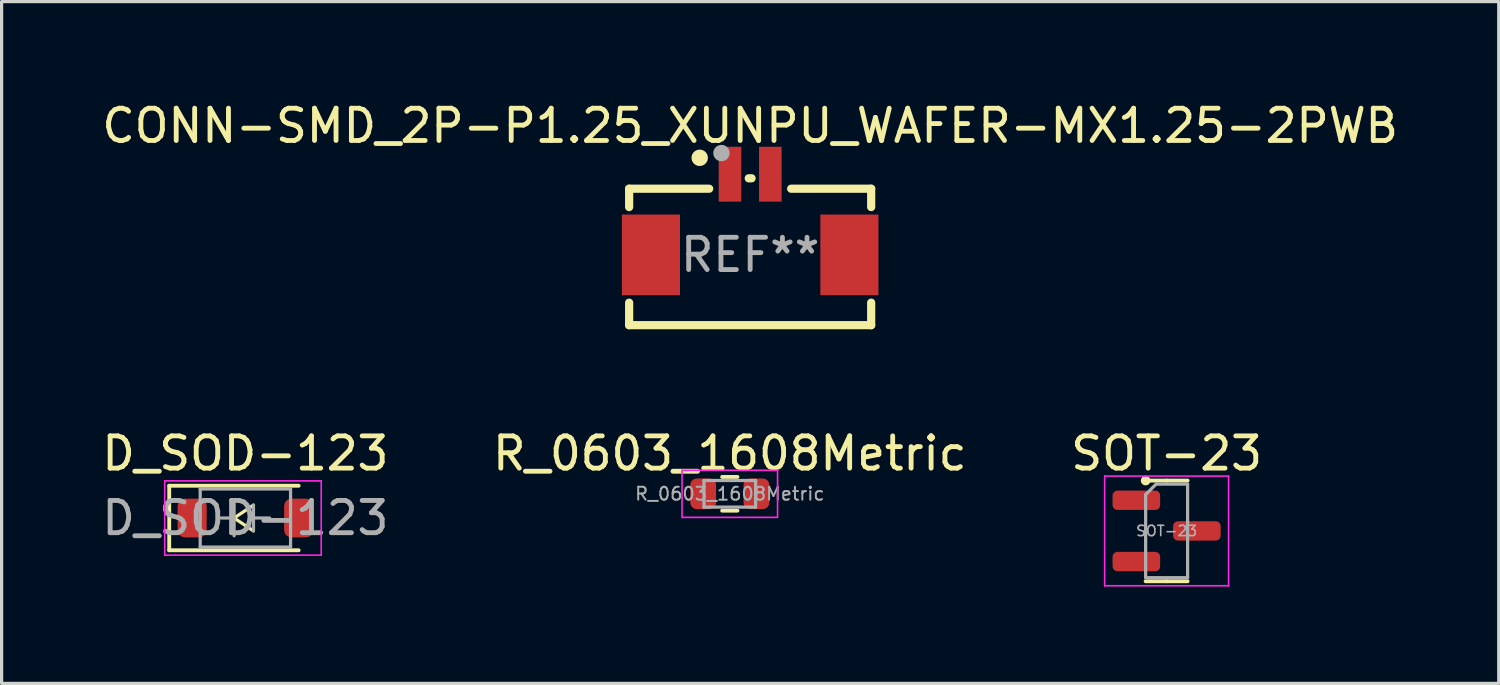
<source format=kicad_pcb>
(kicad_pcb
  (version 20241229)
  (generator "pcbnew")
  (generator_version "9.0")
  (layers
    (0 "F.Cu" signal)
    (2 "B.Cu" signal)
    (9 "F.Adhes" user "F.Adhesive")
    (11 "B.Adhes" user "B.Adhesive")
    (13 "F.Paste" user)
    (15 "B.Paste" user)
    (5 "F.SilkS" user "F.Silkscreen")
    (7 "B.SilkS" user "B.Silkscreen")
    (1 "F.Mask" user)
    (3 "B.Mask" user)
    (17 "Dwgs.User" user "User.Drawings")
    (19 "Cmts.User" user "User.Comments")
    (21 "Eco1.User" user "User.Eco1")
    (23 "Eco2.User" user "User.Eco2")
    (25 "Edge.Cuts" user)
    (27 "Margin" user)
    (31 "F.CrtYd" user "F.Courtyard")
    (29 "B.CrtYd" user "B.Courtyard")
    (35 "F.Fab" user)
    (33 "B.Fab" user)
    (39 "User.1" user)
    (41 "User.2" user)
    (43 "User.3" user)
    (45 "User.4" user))
  (footprint "SOT-23"
    (layer "F.Cu")
    (at 33.101 13.402)
    (property "Reference" "SOT-23" (at 0 -2.4 0) (layer "F.SilkS") (effects (font (size 1 1) (thickness 0.15))))
    (attr smd)
    (fp_line (start 0 -1.56) (end -0.65 -1.56) (stroke (width 0.12) (type solid)) (layer "F.SilkS"))
    (fp_line (start 0 -1.56) (end 0.65 -1.56) (stroke (width 0.12) (type solid)) (layer "F.SilkS"))
    (fp_line (start 0 1.56) (end -0.65 1.56) (stroke (width 0.12) (type solid)) (layer "F.SilkS"))
    (fp_line (start 0 1.56) (end 0.65 1.56) (stroke (width 0.12) (type solid)) (layer "F.SilkS"))
    (fp_circle (center -0.65 -1.56) (end -0.55 -1.56) (stroke (width 0.1) (type default)) (fill no) (layer "F.SilkS"))
    (fp_line (start -1.92 -1.7) (end -1.92 1.7) (stroke (width 0.05) (type solid)) (layer "F.CrtYd"))
    (fp_line (start -1.92 1.7) (end 1.92 1.7) (stroke (width 0.05) (type solid)) (layer "F.CrtYd"))
    (fp_line (start 1.92 -1.7) (end -1.92 -1.7) (stroke (width 0.05) (type solid)) (layer "F.CrtYd"))
    (fp_line (start 1.92 1.7) (end 1.92 -1.7) (stroke (width 0.05) (type solid)) (layer "F.CrtYd"))
    (fp_line (start -0.65 -1.125) (end -0.325 -1.45) (stroke (width 0.1) (type solid)) (layer "F.Fab"))
    (fp_line (start -0.65 1.45) (end -0.65 -1.125) (stroke (width 0.1) (type solid)) (layer "F.Fab"))
    (fp_line (start -0.325 -1.45) (end 0.65 -1.45) (stroke (width 0.1) (type solid)) (layer "F.Fab"))
    (fp_line (start 0.65 -1.45) (end 0.65 1.45) (stroke (width 0.1) (type solid)) (layer "F.Fab"))
    (fp_line (start 0.65 1.45) (end -0.65 1.45) (stroke (width 0.1) (type solid)) (layer "F.Fab"))
    (fp_text user "${REFERENCE}" (at 0 0 0) (layer "F.Fab") (effects (font (size 0.32 0.32) (thickness 0.05))))
    (pad "1" smd roundrect (at -0.938 -0.95) (size 1.475 0.6) (layers "F.Cu" "F.Mask" "F.Paste") (roundrect_rratio 0.25))
    (pad "2" smd roundrect (at -0.938 0.95) (size 1.475 0.6) (layers "F.Cu" "F.Mask" "F.Paste") (roundrect_rratio 0.25))
    (pad "3" smd roundrect (at 0.938 0) (size 1.475 0.6) (layers "F.Cu" "F.Mask" "F.Paste") (roundrect_rratio 0.25)))
  (footprint "R_0603_1608Metric"
    (layer "F.Cu")
    (at 19.565 12.252)
    (property "Reference" "R_0603_1608Metric" (at 0 -1.25 180) (layer "F.SilkS") (effects (font (size 1 1) (thickness 0.15))))
    (attr smd)
    (fp_line (start -0.237 -0.522) (end 0.237 -0.522) (stroke (width 0.12) (type solid)) (layer "F.SilkS"))
    (fp_line (start -0.237 0.522) (end 0.237 0.522) (stroke (width 0.12) (type solid)) (layer "F.SilkS"))
    (fp_line (start -1.48 -0.73) (end 1.48 -0.73) (stroke (width 0.05) (type solid)) (layer "F.CrtYd"))
    (fp_line (start -1.48 0.73) (end -1.48 -0.73) (stroke (width 0.05) (type solid)) (layer "F.CrtYd"))
    (fp_line (start 1.48 -0.73) (end 1.48 0.73) (stroke (width 0.05) (type solid)) (layer "F.CrtYd"))
    (fp_line (start 1.48 0.73) (end -1.48 0.73) (stroke (width 0.05) (type solid)) (layer "F.CrtYd"))
    (fp_line (start -0.8 -0.412) (end 0.8 -0.412) (stroke (width 0.1) (type solid)) (layer "F.Fab"))
    (fp_line (start -0.8 0.412) (end -0.8 -0.412) (stroke (width 0.1) (type solid)) (layer "F.Fab"))
    (fp_line (start 0.8 -0.412) (end 0.8 0.412) (stroke (width 0.1) (type solid)) (layer "F.Fab"))
    (fp_line (start 0.8 0.412) (end -0.8 0.412) (stroke (width 0.1) (type solid)) (layer "F.Fab"))
    (fp_text user "${REFERENCE}" (at 0 0 180) (layer "F.Fab") (effects (font (size 0.4 0.4) (thickness 0.06))))
    (pad "1" smd roundrect (at -0.825 0) (size 0.8 0.95) (layers "F.Cu" "F.Mask" "F.Paste") (roundrect_rratio 0.25))
    (pad "2" smd roundrect (at 0.825 0) (size 0.8 0.95) (layers "F.Cu" "F.Mask" "F.Paste") (roundrect_rratio 0.25)))
  (footprint "D_SOD-123"
    (layer "F.Cu")
    (at 4.554 13.002)
    (property "Reference" "D_SOD-123" (at 0 -2 180) (layer "F.SilkS") (effects (font (size 1 1) (thickness 0.15))))
    (attr smd)
    (fp_line (start -2.36 -1) (end -2.36 1) (stroke (width 0.12) (type solid)) (layer "F.SilkS"))
    (fp_line (start -2.36 -1) (end 1.65 -1) (stroke (width 0.12) (type solid)) (layer "F.SilkS"))
    (fp_line (start -2.36 1) (end 1.65 1) (stroke (width 0.12) (type solid)) (layer "F.SilkS"))
    (fp_line (start -0.35 0) (end 0.25 -0.4) (stroke (width 0.1) (type solid)) (layer "F.SilkS"))
    (fp_line (start 0.25 0.4) (end -0.35 0) (stroke (width 0.1) (type solid)) (layer "F.SilkS"))
    (fp_line (start -2.5 -1.15) (end -2.5 1.15) (stroke (width 0.05) (type solid)) (layer "F.CrtYd"))
    (fp_line (start -2.5 -1.15) (end 2.35 -1.15) (stroke (width 0.05) (type solid)) (layer "F.CrtYd"))
    (fp_line (start 2.35 -1.15) (end 2.35 1.15) (stroke (width 0.05) (type solid)) (layer "F.CrtYd"))
    (fp_line (start 2.35 1.15) (end -2.5 1.15) (stroke (width 0.05) (type solid)) (layer "F.CrtYd"))
    (fp_line (start -1.4 -0.9) (end 1.4 -0.9) (stroke (width 0.1) (type solid)) (layer "F.Fab"))
    (fp_line (start -1.4 0.9) (end -1.4 -0.9) (stroke (width 0.1) (type solid)) (layer "F.Fab"))
    (fp_line (start -0.75 0) (end -0.35 0) (stroke (width 0.1) (type solid)) (layer "F.Fab"))
    (fp_line (start -0.35 0) (end -0.35 -0.55) (stroke (width 0.1) (type solid)) (layer "F.Fab"))
    (fp_line (start -0.35 0) (end -0.35 0.55) (stroke (width 0.1) (type solid)) (layer "F.Fab"))
    (fp_line (start 0.25 -0.4) (end 0.25 0.4) (stroke (width 0.1) (type solid)) (layer "F.Fab"))
    (fp_line (start 0.25 0) (end 0.75 0) (stroke (width 0.1) (type solid)) (layer "F.Fab"))
    (fp_line (start 1.4 -0.9) (end 1.4 0.9) (stroke (width 0.1) (type solid)) (layer "F.Fab"))
    (fp_line (start 1.4 0.9) (end -1.4 0.9) (stroke (width 0.1) (type solid)) (layer "F.Fab"))
    (fp_text user "${REFERENCE}" (at 0 0 180) (layer "F.Fab") (effects (font (size 1 1) (thickness 0.15))))
    (pad "1" smd roundrect (at -1.65 0) (size 0.9 1.2) (layers "F.Cu" "F.Mask" "F.Paste") (roundrect_rratio 0.25))
    (pad "2" smd roundrect (at 1.65 0) (size 0.9 1.2) (layers "F.Cu" "F.Mask" "F.Paste") (roundrect_rratio 0.25)))
  (footprint "CONN-SMD_2P-P1.25_XUNPU_WAFER-MX1.25-2PWB"
    (layer "F.Cu")
    (at 20.196 3.598)
    (property "Reference" "CONN-SMD_2P-P1.25_XUNPU_WAFER-MX1.25-2PWB" (at 0 -2.75 0) (layer "F.SilkS") (effects (font (size 1 1) (thickness 0.15))))
    (attr smd)
    (fp_line (start -3.75 -0.8) (end -3.75 -0.231) (stroke (width 0.254) (type solid)) (layer "F.SilkS"))
    (fp_line (start -3.75 -0.8) (end -1.27 -0.8) (stroke (width 0.254) (type solid)) (layer "F.SilkS"))
    (fp_line (start -3.75 2.731) (end -3.75 3.429) (stroke (width 0.254) (type solid)) (layer "F.SilkS"))
    (fp_line (start -0.044 -1.123) (end 0.044 -1.123) (stroke (width 0.254) (type solid)) (layer "F.SilkS"))
    (fp_line (start 1.27 -0.8) (end 3.75 -0.8) (stroke (width 0.254) (type solid)) (layer "F.SilkS"))
    (fp_line (start 3.75 -0.231) (end 3.75 -0.8) (stroke (width 0.254) (type solid)) (layer "F.SilkS"))
    (fp_line (start 3.75 2.731) (end 3.75 3.429) (stroke (width 0.254) (type solid)) (layer "F.SilkS"))
    (fp_line (start 3.75 3.429) (end -3.75 3.429) (stroke (width 0.254) (type solid)) (layer "F.SilkS"))
    (fp_circle (center -1.564 -1.758) (end -1.437 -1.758) (stroke (width 0.254) (type solid)) (fill no) (layer "F.SilkS"))
    (fp_circle (center -0.889 -1.905) (end -0.762 -1.905) (stroke (width 0.254) (type solid)) (fill no) (layer "F.Fab"))
    (fp_text user "REF**" (at 0 1.25 0) (layer "F.Fab") (effects (font (size 1 1) (thickness 0.15))))
    (pad "1" smd rect (at 0.625 -1.25) (size 0.7 1.7) (layers "F.Cu" "F.Mask" "F.Paste"))
    (pad "2" smd rect (at -0.625 -1.25) (size 0.7 1.7) (layers "F.Cu" "F.Mask" "F.Paste"))
    (pad "3" smd rect (at 3.075 1.25) (size 1.8 2.5) (layers "F.Cu" "F.Mask" "F.Paste"))
    (pad "4" smd rect (at -3.075 1.25) (size 1.8 2.5) (layers "F.Cu" "F.Mask" "F.Paste")))
  (gr_rect
    (start -3 -3)
    (end 43.393 18.127)
    (stroke (width 0.1) (type default))
    (fill no)
    (layer "Edge.Cuts")))
</source>
